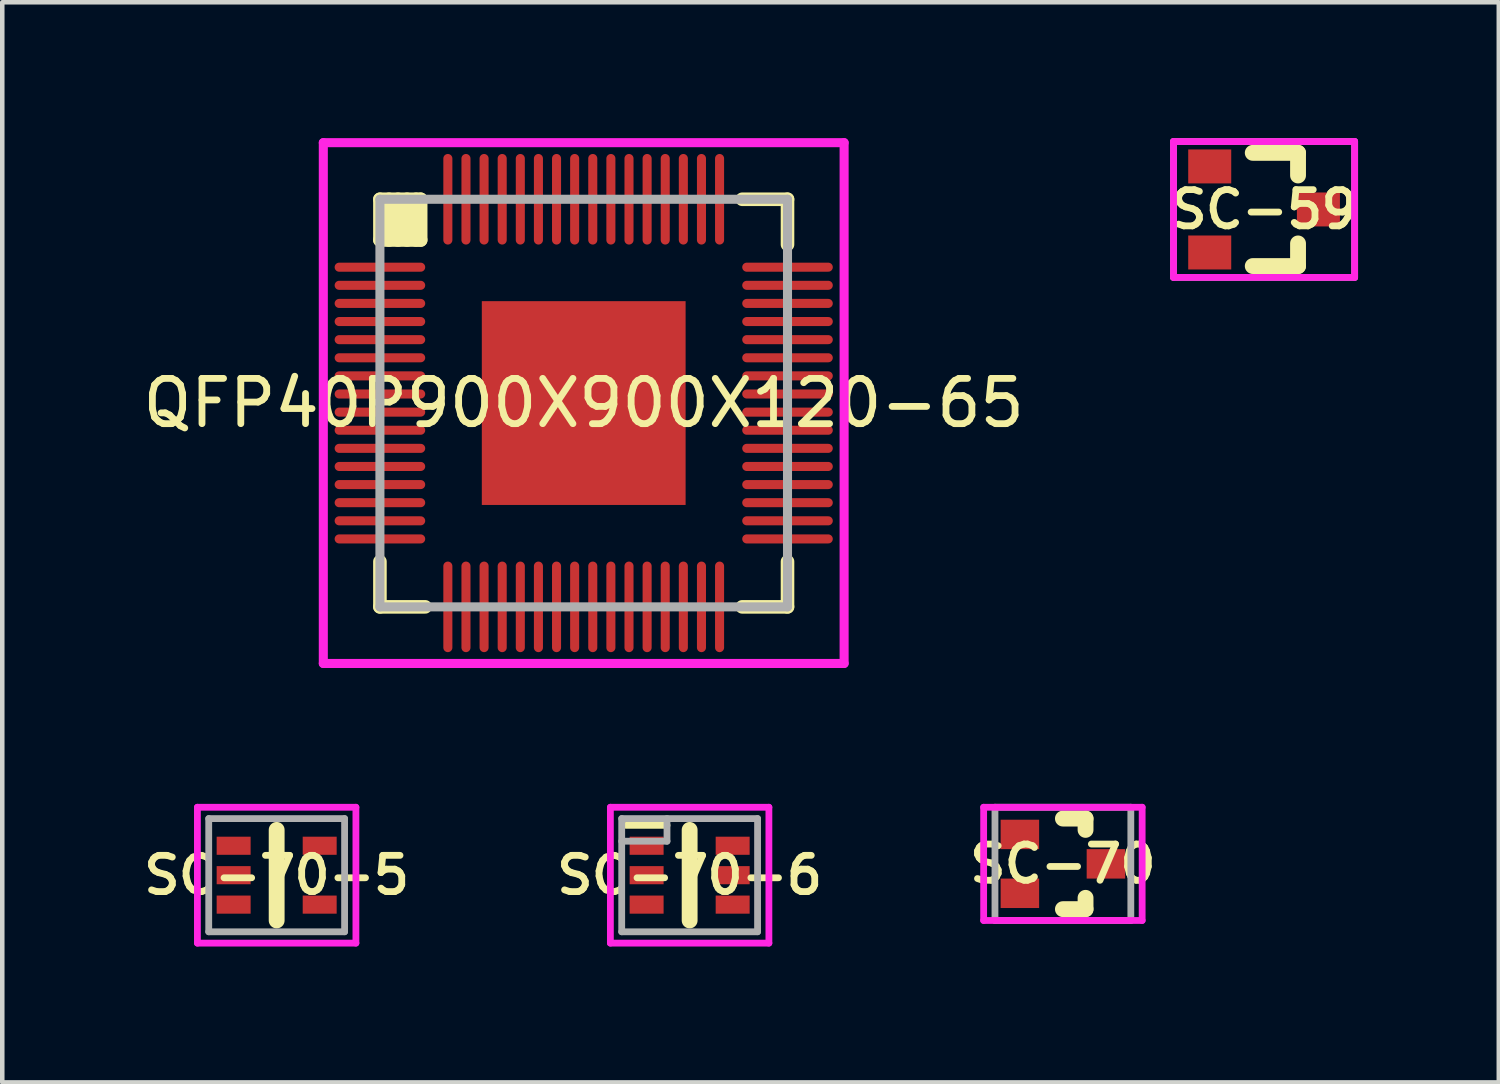
<source format=kicad_pcb>
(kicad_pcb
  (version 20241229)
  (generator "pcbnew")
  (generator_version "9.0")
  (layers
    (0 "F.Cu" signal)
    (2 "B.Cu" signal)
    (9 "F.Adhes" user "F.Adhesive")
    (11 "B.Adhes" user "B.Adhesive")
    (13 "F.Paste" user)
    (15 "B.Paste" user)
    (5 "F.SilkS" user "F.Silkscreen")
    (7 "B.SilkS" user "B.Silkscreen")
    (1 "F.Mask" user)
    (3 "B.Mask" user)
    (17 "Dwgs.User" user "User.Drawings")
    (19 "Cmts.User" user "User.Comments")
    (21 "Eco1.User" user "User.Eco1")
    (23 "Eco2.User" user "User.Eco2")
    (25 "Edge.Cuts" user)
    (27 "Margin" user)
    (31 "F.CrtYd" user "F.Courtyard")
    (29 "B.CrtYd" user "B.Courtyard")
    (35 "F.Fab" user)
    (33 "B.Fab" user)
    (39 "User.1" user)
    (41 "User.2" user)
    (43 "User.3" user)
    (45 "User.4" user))
  (footprint "SC-70-6"
    (layer "F.Cu")
    (at 12.178 16.275)
    (property "Reference" "SC-70-6" (at 0 0 0) (layer "F.SilkS") (effects (font (size 0.8 0.8) (thickness 0.15))))
    (attr through_hole)
    (fp_line (start -1.4 -1.1) (end -0.5 -1.1) (stroke (width 0.15) (type solid)) (layer "F.SilkS"))
    (fp_line (start 0 -1) (end 0 1) (stroke (width 0.35) (type solid)) (layer "F.SilkS"))
    (fp_line (start -1.75 -1.5) (end 1.75 -1.5) (stroke (width 0.15) (type solid)) (layer "F.CrtYd"))
    (fp_line (start -1.75 1.5) (end -1.75 -1.5) (stroke (width 0.15) (type solid)) (layer "F.CrtYd"))
    (fp_line (start 1.75 -1.5) (end 1.75 1.5) (stroke (width 0.15) (type solid)) (layer "F.CrtYd"))
    (fp_line (start 1.75 1.5) (end -1.75 1.5) (stroke (width 0.15) (type solid)) (layer "F.CrtYd"))
    (fp_line (start -1.5 -1.25) (end -1.5 1.25) (stroke (width 0.15) (type solid)) (layer "F.Fab"))
    (fp_line (start -1.5 1.25) (end 1.5 1.25) (stroke (width 0.15) (type solid)) (layer "F.Fab"))
    (fp_line (start -0.5 -1.25) (end -0.5 -0.75) (stroke (width 0.15) (type solid)) (layer "F.Fab"))
    (fp_line (start -0.5 -0.75) (end -1.5 -0.75) (stroke (width 0.15) (type solid)) (layer "F.Fab"))
    (fp_line (start 1.5 -1.25) (end -1.5 -1.25) (stroke (width 0.15) (type solid)) (layer "F.Fab"))
    (fp_line (start 1.5 1.25) (end 1.5 -1.25) (stroke (width 0.15) (type solid)) (layer "F.Fab"))
    (pad "1" smd rect (at -0.95 -0.65 180) (size 0.75 0.4) (layers "F.Cu" "F.Mask" "F.Paste"))
    (pad "2" smd rect (at -0.95 0 180) (size 0.75 0.4) (layers "F.Cu" "F.Mask" "F.Paste"))
    (pad "3" smd rect (at -0.95 0.65 180) (size 0.75 0.4) (layers "F.Cu" "F.Mask" "F.Paste"))
    (pad "4" smd rect (at 0.95 0.65 180) (size 0.75 0.4) (layers "F.Cu" "F.Mask" "F.Paste"))
    (pad "5" smd rect (at 0.95 0 180) (size 0.75 0.4) (layers "F.Cu" "F.Mask" "F.Paste"))
    (pad "6" smd rect (at 0.95 -0.65 180) (size 0.75 0.4) (layers "F.Cu" "F.Mask" "F.Paste")))
  (footprint "SC-59"
    (layer "F.Cu")
    (at 24.862 1.575)
    (property "Reference" "SC-59" (at 0 0 0) (layer "F.SilkS") (effects (font (size 0.8 0.8) (thickness 0.15))))
    (attr through_hole)
    (fp_line (start -0.25 -1.25) (end 0.75 -1.25) (stroke (width 0.35) (type solid)) (layer "F.SilkS"))
    (fp_line (start 0.75 -1.25) (end 0.75 -0.75) (stroke (width 0.35) (type solid)) (layer "F.SilkS"))
    (fp_line (start 0.75 0.75) (end 0.75 1.25) (stroke (width 0.35) (type solid)) (layer "F.SilkS"))
    (fp_line (start 0.75 1.25) (end -0.25 1.25) (stroke (width 0.35) (type solid)) (layer "F.SilkS"))
    (fp_line (start -2 -1.5) (end -2 1.5) (stroke (width 0.15) (type solid)) (layer "F.CrtYd"))
    (fp_line (start -2 1.5) (end 2 1.5) (stroke (width 0.15) (type solid)) (layer "F.CrtYd"))
    (fp_line (start 2 -1.5) (end -2 -1.5) (stroke (width 0.15) (type solid)) (layer "F.CrtYd"))
    (fp_line (start 2 1.5) (end 2 -1.5) (stroke (width 0.15) (type solid)) (layer "F.CrtYd"))
    (fp_line (start -2 -1.5) (end 2 -1.5) (stroke (width 0.15) (type solid)) (layer "F.Fab"))
    (fp_line (start -2 1.5) (end -2 -1.5) (stroke (width 0.15) (type solid)) (layer "F.Fab"))
    (fp_line (start 2 -1.5) (end 2 1.5) (stroke (width 0.15) (type solid)) (layer "F.Fab"))
    (fp_line (start 2 1.5) (end -2 1.5) (stroke (width 0.15) (type solid)) (layer "F.Fab"))
    (pad "1" smd rect (at -1.2 -0.95 180) (size 0.95 0.75) (layers "F.Cu" "F.Mask" "F.Paste"))
    (pad "2" smd rect (at -1.2 0.95 180) (size 0.95 0.75) (layers "F.Cu" "F.Mask" "F.Paste"))
    (pad "3" smd rect (at 1.2 0 180) (size 0.95 0.75) (layers "F.Cu" "F.Mask" "F.Paste")))
  (footprint "SC-70"
    (layer "F.Cu")
    (at 20.42 16.025)
    (property "Reference" "SC-70" (at 0 0 0) (layer "F.SilkS") (effects (font (size 0.8 0.8) (thickness 0.15))))
    (attr through_hole)
    (fp_line (start 0 -1) (end 0.5 -1) (stroke (width 0.35) (type solid)) (layer "F.SilkS"))
    (fp_line (start 0.5 -1) (end 0.5 -0.75) (stroke (width 0.35) (type solid)) (layer "F.SilkS"))
    (fp_line (start 0.5 0.75) (end 0.5 1) (stroke (width 0.35) (type solid)) (layer "F.SilkS"))
    (fp_line (start 0.5 1) (end 0 1) (stroke (width 0.35) (type solid)) (layer "F.SilkS"))
    (fp_line (start -1.75 -1.25) (end -1.75 1.25) (stroke (width 0.15) (type solid)) (layer "F.CrtYd"))
    (fp_line (start -1.75 1.25) (end 1.75 1.25) (stroke (width 0.15) (type solid)) (layer "F.CrtYd"))
    (fp_line (start 1.75 -1.25) (end -1.75 -1.25) (stroke (width 0.15) (type solid)) (layer "F.CrtYd"))
    (fp_line (start 1.75 1.25) (end 1.75 -1.25) (stroke (width 0.15) (type solid)) (layer "F.CrtYd"))
    (fp_line (start -1.5 -1.25) (end 1.5 -1.25) (stroke (width 0.15) (type solid)) (layer "F.Fab"))
    (fp_line (start -1.5 1.25) (end -1.5 -1.25) (stroke (width 0.15) (type solid)) (layer "F.Fab"))
    (fp_line (start 1.5 -1.25) (end 1.5 1.25) (stroke (width 0.15) (type solid)) (layer "F.Fab"))
    (fp_line (start 1.5 1.25) (end -1.5 1.25) (stroke (width 0.15) (type solid)) (layer "F.Fab"))
    (pad "1" smd rect (at -0.95 -0.65 180) (size 0.85 0.65) (layers "F.Cu" "F.Mask" "F.Paste"))
    (pad "2" smd rect (at -0.95 0.65 180) (size 0.85 0.65) (layers "F.Cu" "F.Mask" "F.Paste"))
    (pad "3" smd rect (at 0.95 0 180) (size 0.85 0.65) (layers "F.Cu" "F.Mask" "F.Paste")))
  (footprint "QFP40P900X900X120-65"
    (layer "F.Cu")
    (at 9.839 5.85)
    (property "Reference" "QFP40P900X900X120-65" (at 0 0 0) (layer "F.SilkS") (effects (font (size 1 1) (thickness 0.15))))
    (attr through_hole)
    (fp_line (start -4.5 -4.5) (end -4.5 -3.6) (stroke (width 0.3) (type solid)) (layer "F.SilkS"))
    (fp_line (start -4.5 3.5) (end -4.5 4.5) (stroke (width 0.3) (type solid)) (layer "F.SilkS"))
    (fp_line (start -4.5 4.5) (end -3.5 4.5) (stroke (width 0.3) (type solid)) (layer "F.SilkS"))
    (fp_line (start -4.3 -4.5) (end -4.3 -3.6) (stroke (width 0.3) (type solid)) (layer "F.SilkS"))
    (fp_line (start -4.1 -3.6) (end -4.1 -4.5) (stroke (width 0.3) (type solid)) (layer "F.SilkS"))
    (fp_line (start -3.9 -4.5) (end -3.9 -3.6) (stroke (width 0.3) (type solid)) (layer "F.SilkS"))
    (fp_line (start -3.7 -3.6) (end -3.7 -4.5) (stroke (width 0.3) (type solid)) (layer "F.SilkS"))
    (fp_line (start -3.6 -4.5) (end -4.5 -4.5) (stroke (width 0.3) (type solid)) (layer "F.SilkS"))
    (fp_line (start -3.6 -4.5) (end -3.6 -3.6) (stroke (width 0.3) (type solid)) (layer "F.SilkS"))
    (fp_line (start -3.6 -3.6) (end -4.5 -3.6) (stroke (width 0.3) (type solid)) (layer "F.SilkS"))
    (fp_line (start 3.5 4.5) (end 4.5 4.5) (stroke (width 0.3) (type solid)) (layer "F.SilkS"))
    (fp_line (start 4.5 -4.5) (end 3.5 -4.5) (stroke (width 0.3) (type solid)) (layer "F.SilkS"))
    (fp_line (start 4.5 -3.5) (end 4.5 -4.5) (stroke (width 0.3) (type solid)) (layer "F.SilkS"))
    (fp_line (start 4.5 4.5) (end 4.5 3.5) (stroke (width 0.3) (type solid)) (layer "F.SilkS"))
    (fp_line (start -5.75 -5.75) (end 5.75 -5.75) (stroke (width 0.2) (type solid)) (layer "F.CrtYd"))
    (fp_line (start -5.75 5.75) (end -5.75 -5.75) (stroke (width 0.2) (type solid)) (layer "F.CrtYd"))
    (fp_line (start 5.75 -5.75) (end 5.75 5.75) (stroke (width 0.2) (type solid)) (layer "F.CrtYd"))
    (fp_line (start 5.75 5.75) (end -5.75 5.75) (stroke (width 0.2) (type solid)) (layer "F.CrtYd"))
    (fp_line (start -4.5 -4.5) (end 4.5 -4.5) (stroke (width 0.2) (type solid)) (layer "F.Fab"))
    (fp_line (start -4.5 4.5) (end -4.5 -4.5) (stroke (width 0.2) (type solid)) (layer "F.Fab"))
    (fp_line (start 4.5 -4.5) (end 4.5 4.5) (stroke (width 0.2) (type solid)) (layer "F.Fab"))
    (fp_line (start 4.5 4.5) (end -4.5 4.5) (stroke (width 0.2) (type solid)) (layer "F.Fab"))
    (pad "1" smd oval (at -4.5 -3) (size 2 0.2) (layers "F.Cu" "F.Mask" "F.Paste"))
    (pad "2" smd oval (at -4.5 -2.6) (size 2 0.2) (layers "F.Cu" "F.Mask" "F.Paste"))
    (pad "3" smd oval (at -4.5 -2.2) (size 2 0.2) (layers "F.Cu" "F.Mask" "F.Paste"))
    (pad "4" smd oval (at -4.5 -1.8) (size 2 0.2) (layers "F.Cu" "F.Mask" "F.Paste"))
    (pad "5" smd oval (at -4.5 -1.4) (size 2 0.2) (layers "F.Cu" "F.Mask" "F.Paste"))
    (pad "6" smd oval (at -4.5 -1) (size 2 0.2) (layers "F.Cu" "F.Mask" "F.Paste"))
    (pad "7" smd oval (at -4.5 -0.6) (size 2 0.2) (layers "F.Cu" "F.Mask" "F.Paste"))
    (pad "8" smd oval (at -4.5 -0.2) (size 2 0.2) (layers "F.Cu" "F.Mask" "F.Paste"))
    (pad "9" smd oval (at -4.5 0.2) (size 2 0.2) (layers "F.Cu" "F.Mask" "F.Paste"))
    (pad "10" smd oval (at -4.5 0.6) (size 2 0.2) (layers "F.Cu" "F.Mask" "F.Paste"))
    (pad "11" smd oval (at -4.5 1) (size 2 0.2) (layers "F.Cu" "F.Mask" "F.Paste"))
    (pad "12" smd oval (at -4.5 1.4) (size 2 0.2) (layers "F.Cu" "F.Mask" "F.Paste"))
    (pad "13" smd oval (at -4.5 1.8) (size 2 0.2) (layers "F.Cu" "F.Mask" "F.Paste"))
    (pad "14" smd oval (at -4.5 2.2) (size 2 0.2) (layers "F.Cu" "F.Mask" "F.Paste"))
    (pad "15" smd oval (at -4.5 2.6) (size 2 0.2) (layers "F.Cu" "F.Mask" "F.Paste"))
    (pad "16" smd oval (at -4.5 3) (size 2 0.2) (layers "F.Cu" "F.Mask" "F.Paste"))
    (pad "17" smd oval (at -3 4.5) (size 0.2 2) (layers "F.Cu" "F.Mask" "F.Paste"))
    (pad "18" smd oval (at -2.6 4.5) (size 0.2 2) (layers "F.Cu" "F.Mask" "F.Paste"))
    (pad "19" smd oval (at -2.2 4.5) (size 0.2 2) (layers "F.Cu" "F.Mask" "F.Paste"))
    (pad "20" smd oval (at -1.8 4.5) (size 0.2 2) (layers "F.Cu" "F.Mask" "F.Paste"))
    (pad "21" smd oval (at -1.4 4.5) (size 0.2 2) (layers "F.Cu" "F.Mask" "F.Paste"))
    (pad "22" smd oval (at -1 4.5) (size 0.2 2) (layers "F.Cu" "F.Mask" "F.Paste"))
    (pad "23" smd oval (at -0.6 4.5) (size 0.2 2) (layers "F.Cu" "F.Mask" "F.Paste"))
    (pad "24" smd oval (at -0.2 4.5) (size 0.2 2) (layers "F.Cu" "F.Mask" "F.Paste"))
    (pad "25" smd oval (at 0.2 4.5) (size 0.2 2) (layers "F.Cu" "F.Mask" "F.Paste"))
    (pad "26" smd oval (at 0.6 4.5) (size 0.2 2) (layers "F.Cu" "F.Mask" "F.Paste"))
    (pad "27" smd oval (at 1 4.5) (size 0.2 2) (layers "F.Cu" "F.Mask" "F.Paste"))
    (pad "28" smd oval (at 1.4 4.5) (size 0.2 2) (layers "F.Cu" "F.Mask" "F.Paste"))
    (pad "29" smd oval (at 1.8 4.5) (size 0.2 2) (layers "F.Cu" "F.Mask" "F.Paste"))
    (pad "30" smd oval (at 2.2 4.5) (size 0.2 2) (layers "F.Cu" "F.Mask" "F.Paste"))
    (pad "31" smd oval (at 2.6 4.5) (size 0.2 2) (layers "F.Cu" "F.Mask" "F.Paste"))
    (pad "32" smd oval (at 3 4.5) (size 0.2 2) (layers "F.Cu" "F.Mask" "F.Paste"))
    (pad "33" smd oval (at 4.5 3) (size 2 0.2) (layers "F.Cu" "F.Mask" "F.Paste"))
    (pad "34" smd oval (at 4.5 2.6) (size 2 0.2) (layers "F.Cu" "F.Mask" "F.Paste"))
    (pad "35" smd oval (at 4.5 2.2) (size 2 0.2) (layers "F.Cu" "F.Mask" "F.Paste"))
    (pad "36" smd oval (at 4.5 1.8) (size 2 0.2) (layers "F.Cu" "F.Mask" "F.Paste"))
    (pad "37" smd oval (at 4.5 1.4) (size 2 0.2) (layers "F.Cu" "F.Mask" "F.Paste"))
    (pad "38" smd oval (at 4.5 1) (size 2 0.2) (layers "F.Cu" "F.Mask" "F.Paste"))
    (pad "39" smd oval (at 4.5 0.6) (size 2 0.2) (layers "F.Cu" "F.Mask" "F.Paste"))
    (pad "40" smd oval (at 4.5 0.2) (size 2 0.2) (layers "F.Cu" "F.Mask" "F.Paste"))
    (pad "41" smd oval (at 4.5 -0.2) (size 2 0.2) (layers "F.Cu" "F.Mask" "F.Paste"))
    (pad "42" smd oval (at 4.5 -0.6) (size 2 0.2) (layers "F.Cu" "F.Mask" "F.Paste"))
    (pad "43" smd oval (at 4.5 -1) (size 2 0.2) (layers "F.Cu" "F.Mask" "F.Paste"))
    (pad "44" smd oval (at 4.5 -1.4) (size 2 0.2) (layers "F.Cu" "F.Mask" "F.Paste"))
    (pad "45" smd oval (at 4.5 -1.8) (size 2 0.2) (layers "F.Cu" "F.Mask" "F.Paste"))
    (pad "46" smd oval (at 4.5 -2.2) (size 2 0.2) (layers "F.Cu" "F.Mask" "F.Paste"))
    (pad "47" smd oval (at 4.5 -2.6) (size 2 0.2) (layers "F.Cu" "F.Mask" "F.Paste"))
    (pad "48" smd oval (at 4.5 -3) (size 2 0.2) (layers "F.Cu" "F.Mask" "F.Paste"))
    (pad "49" smd oval (at 3 -4.5) (size 0.2 2) (layers "F.Cu" "F.Mask" "F.Paste"))
    (pad "50" smd oval (at 2.6 -4.5) (size 0.2 2) (layers "F.Cu" "F.Mask" "F.Paste"))
    (pad "51" smd oval (at 2.2 -4.5) (size 0.2 2) (layers "F.Cu" "F.Mask" "F.Paste"))
    (pad "52" smd oval (at 1.8 -4.5) (size 0.2 2) (layers "F.Cu" "F.Mask" "F.Paste"))
    (pad "53" smd oval (at 1.4 -4.5) (size 0.2 2) (layers "F.Cu" "F.Mask" "F.Paste"))
    (pad "54" smd oval (at 1 -4.5) (size 0.2 2) (layers "F.Cu" "F.Mask" "F.Paste"))
    (pad "55" smd oval (at 0.6 -4.5) (size 0.2 2) (layers "F.Cu" "F.Mask" "F.Paste"))
    (pad "56" smd oval (at 0.2 -4.5) (size 0.2 2) (layers "F.Cu" "F.Mask" "F.Paste"))
    (pad "57" smd oval (at -0.2 -4.5) (size 0.2 2) (layers "F.Cu" "F.Mask" "F.Paste"))
    (pad "58" smd oval (at -0.6 -4.5) (size 0.2 2) (layers "F.Cu" "F.Mask" "F.Paste"))
    (pad "59" smd oval (at -1 -4.5) (size 0.2 2) (layers "F.Cu" "F.Mask" "F.Paste"))
    (pad "60" smd oval (at -1.4 -4.5) (size 0.2 2) (layers "F.Cu" "F.Mask" "F.Paste"))
    (pad "61" smd oval (at -1.8 -4.5) (size 0.2 2) (layers "F.Cu" "F.Mask" "F.Paste"))
    (pad "62" smd oval (at -2.2 -4.5) (size 0.2 2) (layers "F.Cu" "F.Mask" "F.Paste"))
    (pad "63" smd oval (at -2.6 -4.5) (size 0.2 2) (layers "F.Cu" "F.Mask" "F.Paste"))
    (pad "64" smd oval (at -3 -4.5) (size 0.2 2) (layers "F.Cu" "F.Mask" "F.Paste"))
    (pad "65" smd rect (at 0 0) (size 4.5 4.5) (layers "F.Cu" "F.Mask" "F.Paste")))
  (footprint "SC-70-5"
    (layer "F.Cu")
    (at 3.059 16.275)
    (property "Reference" "SC-70-5" (at 0 0 0) (layer "F.SilkS") (effects (font (size 0.8 0.8) (thickness 0.15))))
    (attr through_hole)
    (fp_line (start 0 -1) (end 0 1) (stroke (width 0.35) (type solid)) (layer "F.SilkS"))
    (fp_line (start -1.75 -1.5) (end -1.75 1.5) (stroke (width 0.15) (type solid)) (layer "F.CrtYd"))
    (fp_line (start -1.75 1.5) (end 1.75 1.5) (stroke (width 0.15) (type solid)) (layer "F.CrtYd"))
    (fp_line (start 1.75 -1.5) (end -1.75 -1.5) (stroke (width 0.15) (type solid)) (layer "F.CrtYd"))
    (fp_line (start 1.75 1.5) (end 1.75 -1.5) (stroke (width 0.15) (type solid)) (layer "F.CrtYd"))
    (fp_line (start -1.5 -1.25) (end -1.5 1.25) (stroke (width 0.15) (type solid)) (layer "F.Fab"))
    (fp_line (start -1.5 1.25) (end 1.5 1.25) (stroke (width 0.15) (type solid)) (layer "F.Fab"))
    (fp_line (start 1.5 -1.25) (end -1.5 -1.25) (stroke (width 0.15) (type solid)) (layer "F.Fab"))
    (fp_line (start 1.5 1.25) (end 1.5 -1.25) (stroke (width 0.15) (type solid)) (layer "F.Fab"))
    (pad "1" smd rect (at -0.95 -0.65 180) (size 0.75 0.4) (layers "F.Cu" "F.Mask" "F.Paste"))
    (pad "2" smd rect (at -0.95 0 180) (size 0.75 0.4) (layers "F.Cu" "F.Mask" "F.Paste"))
    (pad "3" smd rect (at -0.95 0.65 180) (size 0.75 0.4) (layers "F.Cu" "F.Mask" "F.Paste"))
    (pad "4" smd rect (at 0.95 0.65 180) (size 0.75 0.4) (layers "F.Cu" "F.Mask" "F.Paste"))
    (pad "5" smd rect (at 0.95 -0.65 180) (size 0.75 0.4) (layers "F.Cu" "F.Mask" "F.Paste")))
  (gr_rect
    (start -3 -3)
    (end 30.045 20.85)
    (stroke (width 0.1) (type default))
    (fill no)
    (layer "Edge.Cuts")))
</source>
